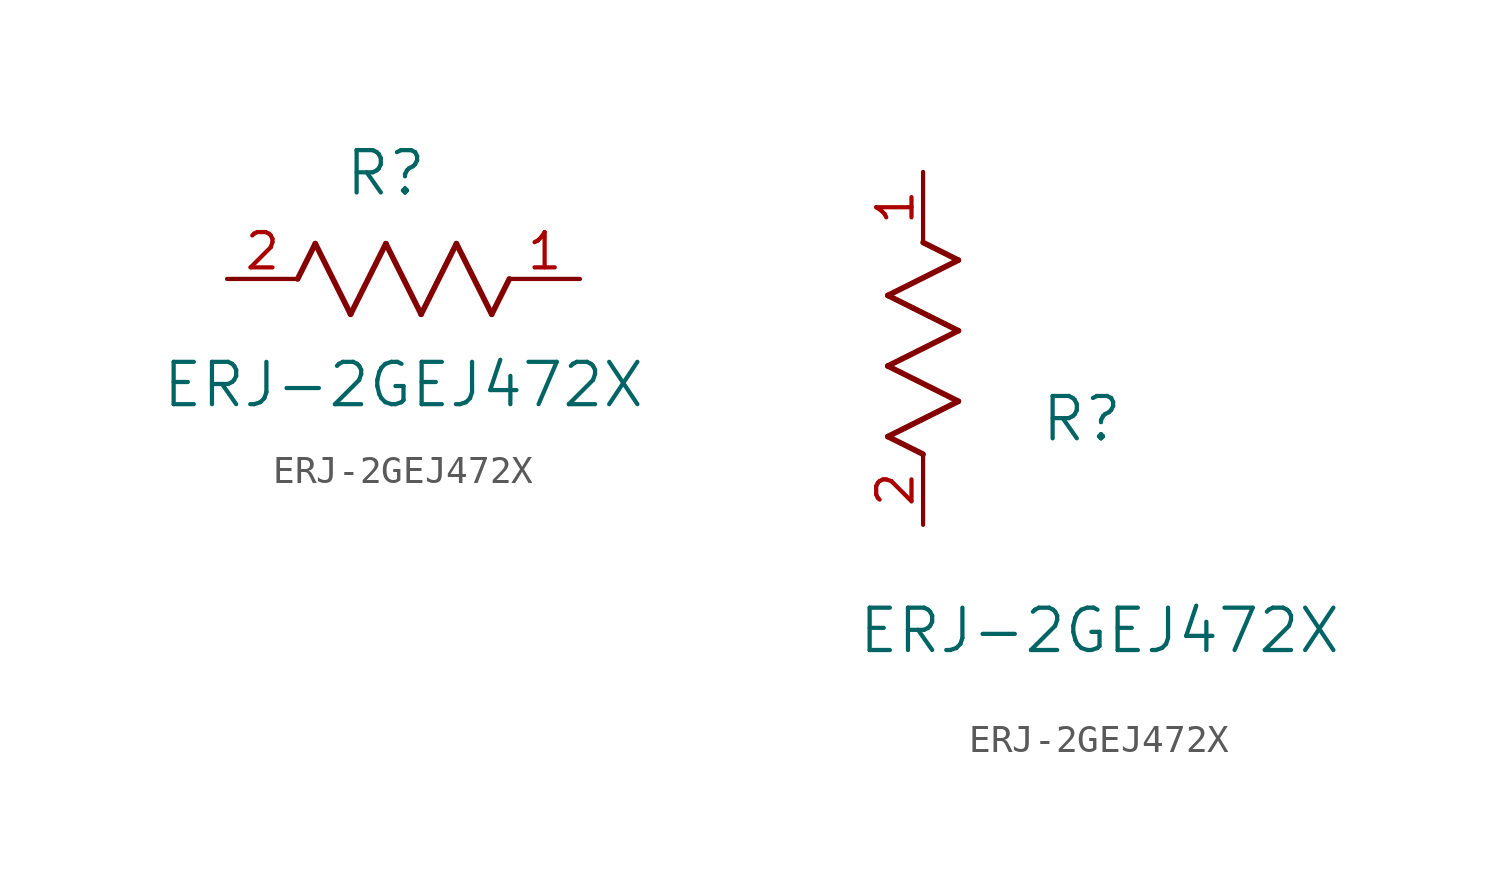
<source format=kicad_sym>
(kicad_symbol_lib
  (version 20211014)
  (generator kicad_symbol_editor)
  (symbol "ERJ-2GEJ472X"
    (pin_names
      (offset 0.254))
    (property "Reference" "R"
      (at 5.715 3.81 0)
      (effects (font (size 1.524 1.524))))
    (property "Value" "ERJ-2GEJ472X"
      (at 6.35 -3.81 0)
      (effects (font (size 1.524 1.524))))
    (symbol "ERJ-2GEJ472X_1_1"
      (polyline (pts (xy 3.175 1.27) (xy 4.445 -1.27)) (stroke (width 0.203) (type default) (color 0 0 0 0)) (fill (type none)))
      (polyline (pts (xy 4.445 -1.27) (xy 5.715 1.27)) (stroke (width 0.203) (type default) (color 0 0 0 0)) (fill (type none)))
      (polyline (pts (xy 5.715 1.27) (xy 6.985 -1.27)) (stroke (width 0.203) (type default) (color 0 0 0 0)) (fill (type none)))
      (polyline (pts (xy 6.985 -1.27) (xy 8.255 1.27)) (stroke (width 0.203) (type default) (color 0 0 0 0)) (fill (type none)))
      (polyline (pts (xy 8.255 1.27) (xy 9.525 -1.27)) (stroke (width 0.203) (type default) (color 0 0 0 0)) (fill (type none)))
      (polyline (pts (xy 2.54 0) (xy 3.175 1.27)) (stroke (width 0.203) (type default) (color 0 0 0 0)) (fill (type none)))
      (polyline (pts (xy 9.525 -1.27) (xy 10.16 0)) (stroke (width 0.203) (type default) (color 0 0 0 0)) (fill (type none)))
      (pin unspecified line (at 12.7 0 180) (length 2.54) (name "" (effects (font (size 1.27 1.27)))) (number "1" (effects (font (size 1.27 1.27)))))
      (pin unspecified line (at 0 0 0) (length 2.54) (name "" (effects (font (size 1.27 1.27)))) (number "2" (effects (font (size 1.27 1.27))))))
    (symbol "ERJ-2GEJ472X_1_2"
      (polyline (pts (xy 0 2.54) (xy -1.27 3.175)) (stroke (width 0.203) (type default) (color 0 0 0 0)) (fill (type none)))
      (polyline (pts (xy -1.27 3.175) (xy 1.27 4.445)) (stroke (width 0.203) (type default) (color 0 0 0 0)) (fill (type none)))
      (polyline (pts (xy 1.27 4.445) (xy -1.27 5.715)) (stroke (width 0.203) (type default) (color 0 0 0 0)) (fill (type none)))
      (polyline (pts (xy -1.27 5.715) (xy 1.27 6.985)) (stroke (width 0.203) (type default) (color 0 0 0 0)) (fill (type none)))
      (polyline (pts (xy -1.27 8.255) (xy 1.27 9.525)) (stroke (width 0.203) (type default) (color 0 0 0 0)) (fill (type none)))
      (polyline (pts (xy 1.27 9.525) (xy 0 10.16)) (stroke (width 0.203) (type default) (color 0 0 0 0)) (fill (type none)))
      (polyline (pts (xy 1.27 6.985) (xy -1.27 8.255)) (stroke (width 0.203) (type default) (color 0 0 0 0)) (fill (type none)))
      (pin unspecified line (at 0 12.7 270) (length 2.54) (name "" (effects (font (size 1.27 1.27)))) (number "1" (effects (font (size 1.27 1.27)))))
      (pin unspecified line (at 0 0 90) (length 2.54) (name "" (effects (font (size 1.27 1.27)))) (number "2" (effects (font (size 1.27 1.27))))))))
</source>
